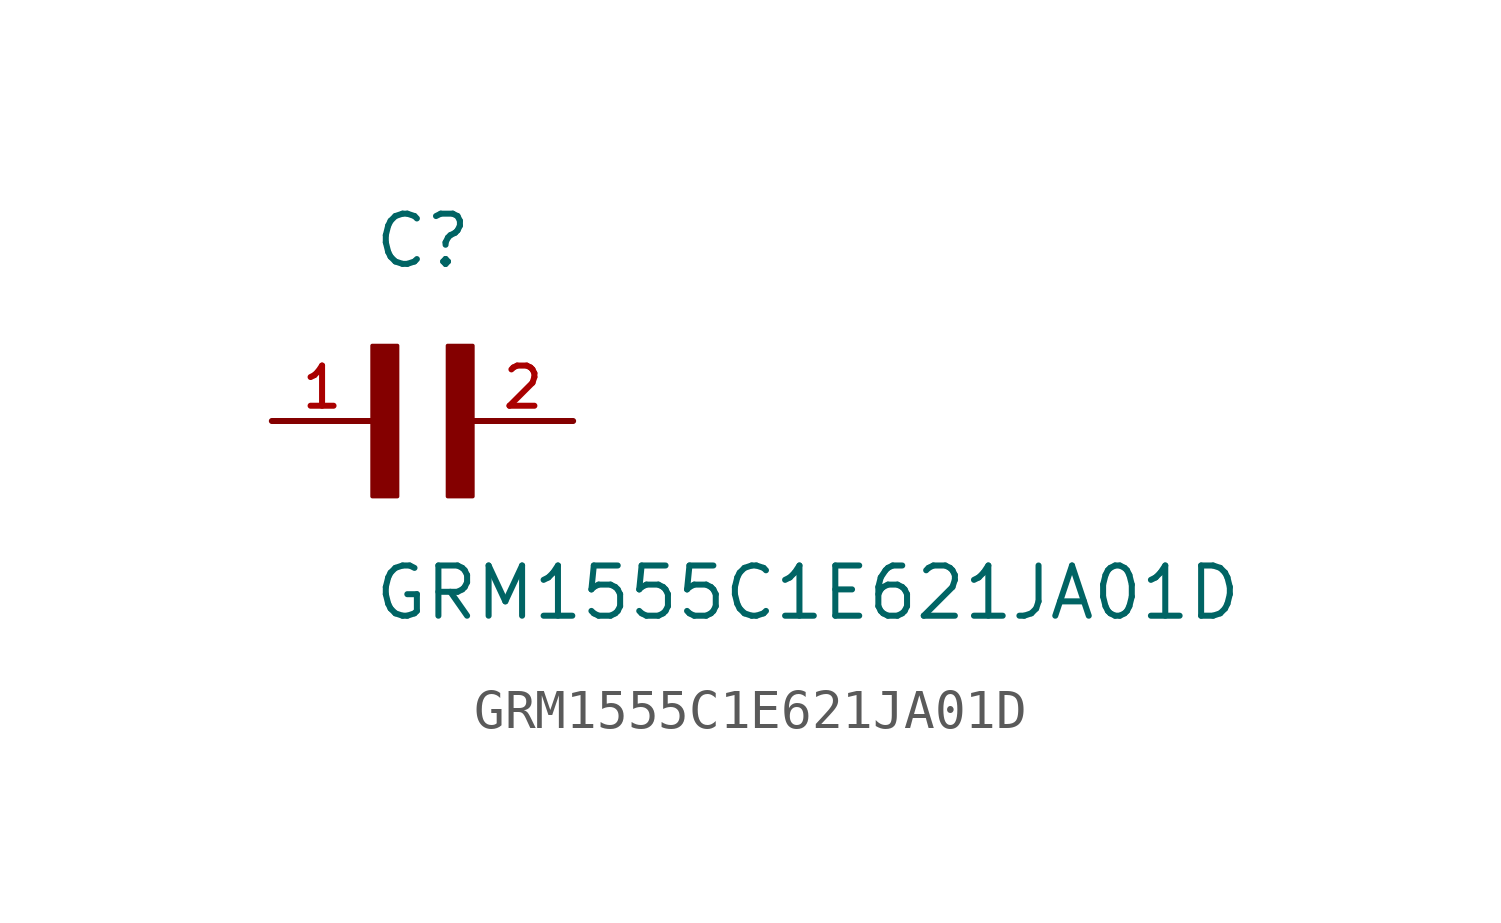
<source format=kicad_sym>
(kicad_symbol_lib
  (version 20211014)
  (generator kicad_symbol_editor)
  (symbol "GRM1555C1E621JA01D"
    (pin_names
      (offset 1.016))
    (property "Reference" "C"
      (at 0.0 3.811 0)
      (effects (font (size 1.27 1.27)) (justify bottom left)))
    (property "Value" "GRM1555C1E621JA01D"
      (at 0.0 -5.088 0)
      (effects (font (size 1.27 1.27)) (justify bottom left)))
    (symbol "GRM1555C1E621JA01D_0_0"
      (rectangle (start 0.0 -1.907) (end 0.635 1.905) (stroke (width 0.1)) (fill (type outline)))
      (rectangle (start 1.907 -1.907) (end 2.54 1.905) (stroke (width 0.1)) (fill (type outline)))
      (pin passive line (at 5.08 0.0 180.0) (length 2.54) (name "~" (effects (font (size 1.016 1.016)))) (number "2" (effects (font (size 1.016 1.016)))))
      (pin passive line (at -2.54 0.0 0) (length 2.54) (name "~" (effects (font (size 1.016 1.016)))) (number "1" (effects (font (size 1.016 1.016))))))))
</source>
